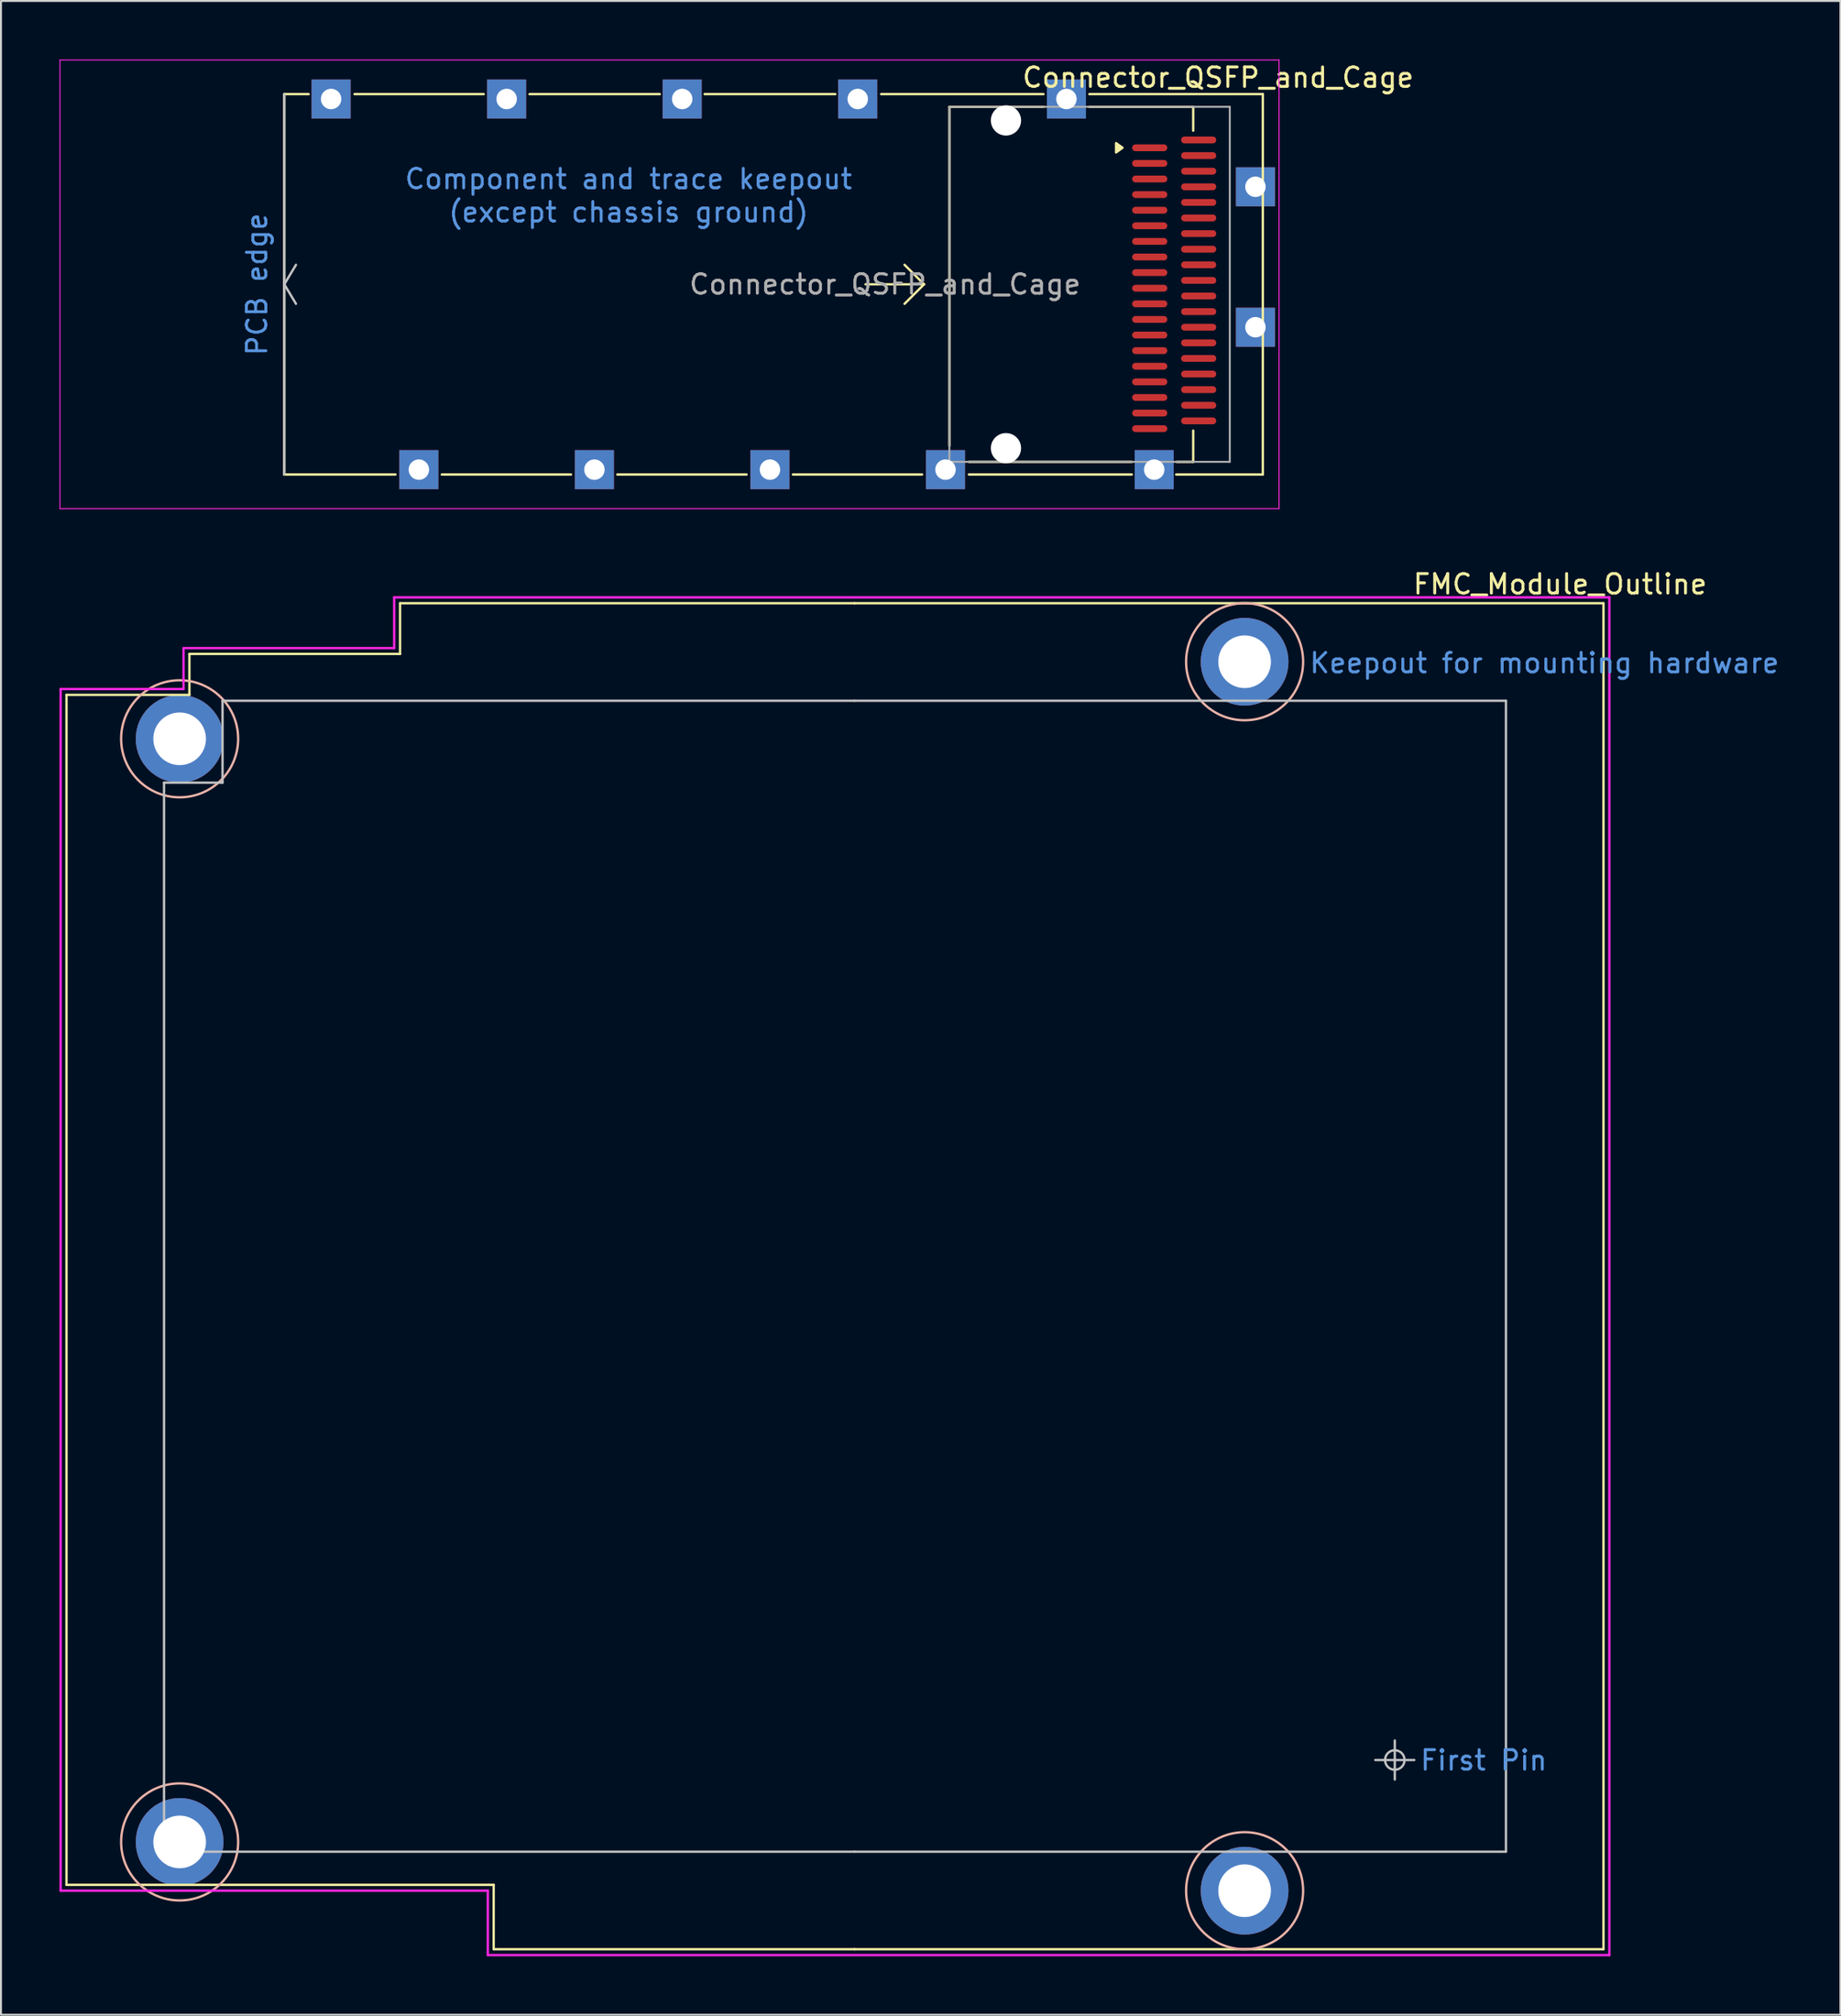
<source format=kicad_pcb>
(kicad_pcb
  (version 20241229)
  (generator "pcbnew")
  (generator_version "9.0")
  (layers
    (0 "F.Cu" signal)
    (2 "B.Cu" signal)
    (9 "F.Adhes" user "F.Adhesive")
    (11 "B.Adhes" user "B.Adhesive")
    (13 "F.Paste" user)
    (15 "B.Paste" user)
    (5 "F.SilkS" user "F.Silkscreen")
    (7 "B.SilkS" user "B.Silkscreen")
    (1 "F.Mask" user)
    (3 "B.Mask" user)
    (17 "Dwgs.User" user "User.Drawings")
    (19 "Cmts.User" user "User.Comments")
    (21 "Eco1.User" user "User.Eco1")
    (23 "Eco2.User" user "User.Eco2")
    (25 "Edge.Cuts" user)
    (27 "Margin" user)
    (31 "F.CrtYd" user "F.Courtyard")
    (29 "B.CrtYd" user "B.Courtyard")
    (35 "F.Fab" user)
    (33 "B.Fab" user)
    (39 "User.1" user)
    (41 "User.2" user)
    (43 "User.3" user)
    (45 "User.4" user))
  (footprint "Connector_QSFP_and_Cage"
    (layer "F.Cu")
    (at 48.525 11.525)
    (property "Reference" "Connector_QSFP_and_Cage" (at 10.875 -10.6 0) (unlocked yes) (layer "F.SilkS") (effects (font (size 1 1) (thickness 0.15))))
    (attr smd)
    (fp_rect (start -6.94 -9.5) (end -5.44 9.5) (stroke (width 0.01) (type solid)) (fill yes) (layer "F.Mask"))
    (fp_line (start -37 9.75) (end -37 -9.75) (stroke (width 0.12) (type solid)) (layer "F.SilkS"))
    (fp_line (start -35.75 -9.75) (end -37 -9.75) (stroke (width 0.12) (type solid)) (layer "F.SilkS"))
    (fp_line (start -31.3 9.75) (end -37 9.75) (stroke (width 0.12) (type solid)) (layer "F.SilkS"))
    (fp_line (start -28.925 9.75) (end -22.3 9.75) (stroke (width 0.12) (type solid)) (layer "F.SilkS"))
    (fp_line (start -26.775 -9.75) (end -33.4 -9.75) (stroke (width 0.12) (type solid)) (layer "F.SilkS"))
    (fp_line (start -19.925 9.75) (end -13.3 9.75) (stroke (width 0.12) (type solid)) (layer "F.SilkS"))
    (fp_line (start -17.75 -9.75) (end -24.425 -9.75) (stroke (width 0.12) (type solid)) (layer "F.SilkS"))
    (fp_line (start -10.925 9.75) (end -4.3 9.75) (stroke (width 0.12) (type solid)) (layer "F.SilkS"))
    (fp_line (start -8.75 -9.75) (end -15.45 -9.75) (stroke (width 0.12) (type solid)) (layer "F.SilkS"))
    (fp_line (start -4.2 0) (end -7.2 0) (stroke (width 0.12) (type solid)) (layer "F.SilkS"))
    (fp_line (start -4.2 0) (end -5.2 -1) (stroke (width 0.12) (type solid)) (layer "F.SilkS"))
    (fp_line (start -4.2 0) (end -5.2 1) (stroke (width 0.12) (type solid)) (layer "F.SilkS"))
    (fp_line (start -2.9 -9.1) (end -2.9 8.275) (stroke (width 0.12) (type solid)) (layer "F.SilkS"))
    (fp_line (start -1.9 9.75) (end 6.45 9.75) (stroke (width 0.12) (type solid)) (layer "F.SilkS"))
    (fp_line (start 1.925 -9.75) (end -6.4 -9.75) (stroke (width 0.12) (type solid)) (layer "F.SilkS"))
    (fp_line (start 1.925 -9.1) (end -2.9 -9.1) (stroke (width 0.12) (type solid)) (layer "F.SilkS"))
    (fp_line (start 6.45 9.1) (end -1.9 9.1) (stroke (width 0.12) (type solid)) (layer "F.SilkS"))
    (fp_line (start 8.725 9.75) (end 13.17 9.75) (stroke (width 0.12) (type solid)) (layer "F.SilkS"))
    (fp_line (start 9.6 -9.1) (end 4.275 -9.1) (stroke (width 0.12) (type solid)) (layer "F.SilkS"))
    (fp_line (start 9.6 -7.875) (end 9.6 -9.1) (stroke (width 0.12) (type solid)) (layer "F.SilkS"))
    (fp_line (start 9.6 7.5) (end 9.6 9.1) (stroke (width 0.12) (type solid)) (layer "F.SilkS"))
    (fp_line (start 9.6 9.1) (end 8.75 9.1) (stroke (width 0.12) (type solid)) (layer "F.SilkS"))
    (fp_line (start 13.17 -9.75) (end 4.275 -9.75) (stroke (width 0.12) (type solid)) (layer "F.SilkS"))
    (fp_line (start 13.17 9.75) (end 13.17 -9.75) (stroke (width 0.12) (type solid)) (layer "F.SilkS"))
    (fp_poly (pts (xy 5.975 -7) (xy 5.645 -6.76) (xy 5.645 -7.24) (xy 5.975 -7)) (stroke (width 0.12) (type solid)) (fill yes) (layer "F.SilkS"))
    (fp_line (start -37 -9.75) (end -37 9.75) (stroke (width 0.12) (type default)) (layer "Dwgs.User"))
    (fp_line (start -37 0) (end -36.4 -1) (stroke (width 0.12) (type solid)) (layer "Dwgs.User"))
    (fp_line (start -36.4 1) (end -37 0) (stroke (width 0.12) (type solid)) (layer "Dwgs.User"))
    (fp_line (start -48.5 -11.5) (end 14 -11.5) (stroke (width 0.05) (type solid)) (layer "F.CrtYd"))
    (fp_line (start -48.5 11.5) (end -48.5 -11.5) (stroke (width 0.05) (type solid)) (layer "F.CrtYd"))
    (fp_line (start -48.5 11.5) (end 14 11.5) (stroke (width 0.05) (type solid)) (layer "F.CrtYd"))
    (fp_line (start 14 11.5) (end 14 -11.5) (stroke (width 0.05) (type solid)) (layer "F.CrtYd"))
    (fp_line (start -2.9 -9.1) (end -2.9 9.1) (stroke (width 0.1) (type solid)) (layer "F.Fab"))
    (fp_line (start 11.475 -9.1) (end -2.9 -9.1) (stroke (width 0.1) (type solid)) (layer "F.Fab"))
    (fp_line (start 11.475 -9.1) (end 11.475 9.1) (stroke (width 0.1) (type solid)) (layer "F.Fab"))
    (fp_line (start 11.475 9.1) (end -2.9 9.1) (stroke (width 0.1) (type solid)) (layer "F.Fab"))
    (fp_text user "Component and trace keepout" (at -19.35 -5.4 0) (layer "Cmts.User") (effects (font (size 1 1) (thickness 0.15))))
    (fp_text user "PCB edge" (at -38.4 0 90) (layer "Cmts.User") (effects (font (size 1 1) (thickness 0.15))))
    (fp_text user "(except chassis ground)" (at -19.35 -3.7 0) (layer "Cmts.User") (effects (font (size 1 1) (thickness 0.15))))
    (fp_text user "${REFERENCE}" (at -6.2 0 0) (layer "F.Fab") (effects (font (size 1 1) (thickness 0.15))))
    (pad "" np_thru_hole circle (at 0 -8.4) (size 1.55 1.55) (drill 1.55) (layers "*.Cu" "*.Mask"))
    (pad "" np_thru_hole circle (at 0 8.4) (size 1.55 1.55) (drill 1.55) (layers "*.Cu" "*.Mask"))
    (pad "1" smd oval (at 7.37 -7) (size 1.8 0.35) (layers "F.Cu" "F.Mask" "F.Paste"))
    (pad "2" smd oval (at 7.37 -6.2) (size 1.8 0.35) (layers "F.Cu" "F.Mask" "F.Paste"))
    (pad "3" smd oval (at 7.37 -5.4) (size 1.8 0.35) (layers "F.Cu" "F.Mask" "F.Paste"))
    (pad "4" smd oval (at 7.37 -4.6) (size 1.8 0.35) (layers "F.Cu" "F.Mask" "F.Paste"))
    (pad "5" smd oval (at 7.37 -3.8) (size 1.8 0.35) (layers "F.Cu" "F.Mask" "F.Paste"))
    (pad "6" smd oval (at 7.37 -3) (size 1.8 0.35) (layers "F.Cu" "F.Mask" "F.Paste"))
    (pad "7" smd oval (at 7.37 -2.2) (size 1.8 0.35) (layers "F.Cu" "F.Mask" "F.Paste"))
    (pad "8" smd oval (at 7.37 -1.4) (size 1.8 0.35) (layers "F.Cu" "F.Mask" "F.Paste"))
    (pad "9" smd oval (at 7.37 -0.6) (size 1.8 0.35) (layers "F.Cu" "F.Mask" "F.Paste"))
    (pad "10" smd oval (at 7.37 0.2) (size 1.8 0.35) (layers "F.Cu" "F.Mask" "F.Paste"))
    (pad "11" smd oval (at 7.37 1) (size 1.8 0.35) (layers "F.Cu" "F.Mask" "F.Paste"))
    (pad "12" smd oval (at 7.37 1.8) (size 1.8 0.35) (layers "F.Cu" "F.Mask" "F.Paste"))
    (pad "13" smd oval (at 7.37 2.6) (size 1.8 0.35) (layers "F.Cu" "F.Mask" "F.Paste"))
    (pad "14" smd oval (at 7.37 3.4) (size 1.8 0.35) (layers "F.Cu" "F.Mask" "F.Paste"))
    (pad "15" smd oval (at 7.37 4.2) (size 1.8 0.35) (layers "F.Cu" "F.Mask" "F.Paste"))
    (pad "16" smd oval (at 7.37 5) (size 1.8 0.35) (layers "F.Cu" "F.Mask" "F.Paste"))
    (pad "17" smd oval (at 7.37 5.8) (size 1.8 0.35) (layers "F.Cu" "F.Mask" "F.Paste"))
    (pad "18" smd oval (at 7.37 6.6) (size 1.8 0.35) (layers "F.Cu" "F.Mask" "F.Paste"))
    (pad "19" smd oval (at 7.37 7.4) (size 1.8 0.35) (layers "F.Cu" "F.Mask" "F.Paste"))
    (pad "20" smd oval (at 9.88 7) (size 1.8 0.35) (layers "F.Cu" "F.Mask" "F.Paste"))
    (pad "21" smd oval (at 9.88 6.2) (size 1.8 0.35) (layers "F.Cu" "F.Mask" "F.Paste"))
    (pad "22" smd oval (at 9.88 5.4) (size 1.8 0.35) (layers "F.Cu" "F.Mask" "F.Paste"))
    (pad "23" smd oval (at 9.88 4.6) (size 1.8 0.35) (layers "F.Cu" "F.Mask" "F.Paste"))
    (pad "24" smd oval (at 9.88 3.8) (size 1.8 0.35) (layers "F.Cu" "F.Mask" "F.Paste"))
    (pad "25" smd oval (at 9.88 3) (size 1.8 0.35) (layers "F.Cu" "F.Mask" "F.Paste"))
    (pad "26" smd oval (at 9.88 2.2) (size 1.8 0.35) (layers "F.Cu" "F.Mask" "F.Paste"))
    (pad "27" smd oval (at 9.88 1.4) (size 1.8 0.35) (layers "F.Cu" "F.Mask" "F.Paste"))
    (pad "28" smd oval (at 9.88 0.6) (size 1.8 0.35) (layers "F.Cu" "F.Mask" "F.Paste"))
    (pad "29" smd oval (at 9.88 -0.2) (size 1.8 0.35) (layers "F.Cu" "F.Mask" "F.Paste"))
    (pad "30" smd oval (at 9.88 -1) (size 1.8 0.35) (layers "F.Cu" "F.Mask" "F.Paste"))
    (pad "31" smd oval (at 9.88 -1.8) (size 1.8 0.35) (layers "F.Cu" "F.Mask" "F.Paste"))
    (pad "32" smd oval (at 9.88 -2.6) (size 1.8 0.35) (layers "F.Cu" "F.Mask" "F.Paste"))
    (pad "33" smd oval (at 9.88 -3.4) (size 1.8 0.35) (layers "F.Cu" "F.Mask" "F.Paste"))
    (pad "34" smd oval (at 9.88 -4.2) (size 1.8 0.35) (layers "F.Cu" "F.Mask" "F.Paste"))
    (pad "35" smd oval (at 9.88 -5) (size 1.8 0.35) (layers "F.Cu" "F.Mask" "F.Paste"))
    (pad "36" smd oval (at 9.88 -5.8) (size 1.8 0.35) (layers "F.Cu" "F.Mask" "F.Paste"))
    (pad "37" smd oval (at 9.88 -6.6) (size 1.8 0.35) (layers "F.Cu" "F.Mask" "F.Paste"))
    (pad "38" smd oval (at 9.88 -7.4) (size 1.8 0.35) (layers "F.Cu" "F.Mask" "F.Paste"))
    (pad "CAGE" thru_hole rect (at -34.6 -9.5) (size 2 2) (drill 1.05) (layers "*.Cu" "*.Mask"))
    (pad "CAGE" thru_hole rect (at -30.1 9.5) (size 2 2) (drill 1.05) (layers "*.Cu" "*.Mask"))
    (pad "CAGE" thru_hole rect (at -25.6 -9.5) (size 2 2) (drill 1.05) (layers "*.Cu" "*.Mask"))
    (pad "CAGE" thru_hole rect (at -21.1 9.5) (size 2 2) (drill 1.05) (layers "*.Cu" "*.Mask"))
    (pad "CAGE" thru_hole rect (at -16.6 -9.5) (size 2 2) (drill 1.05) (layers "*.Cu" "*.Mask"))
    (pad "CAGE" thru_hole rect (at -12.1 9.5) (size 2 2) (drill 1.05) (layers "*.Cu" "*.Mask"))
    (pad "CAGE" thru_hole rect (at -7.6 -9.5) (size 2 2) (drill 1.05) (layers "*.Cu" "*.Mask"))
    (pad "CAGE" thru_hole rect (at -3.1 9.5) (size 2 2) (drill 1.05) (layers "*.Cu" "*.Mask"))
    (pad "CAGE" thru_hole rect (at 3.1 -9.5) (size 2 2) (drill 1.05) (layers "*.Cu" "*.Mask"))
    (pad "CAGE" thru_hole rect (at 7.6 9.5) (size 2 2) (drill 1.05) (layers "*.Cu" "*.Mask"))
    (pad "CAGE" thru_hole rect (at 12.79 -5) (size 2 2) (drill 1.05) (layers "*.Cu" "*.Mask"))
    (pad "CAGE" thru_hole rect (at 12.79 2.2) (size 2 2) (drill 1.05) (layers "*.Cu" "*.Mask"))
    (zone (net_name "") (layer "F.Cu") (hatch full 0.508) (connect_pads) (min_thickness 0.254) (filled_areas_thickness no) (keepout (tracks not_allowed) (vias allowed) (pads allowed) (copperpour allowed) (footprints not_allowed)) (placement (enabled no)) (fill) (polygon (pts (xy 62.025 2.025) (xy 46.45 2.025) (xy 46.45 4.025) (xy 45.45 4.025) (xy 45.45 19.025) (xy 46.45 19.025) (xy 46.45 21.025) (xy 61.025 21.025) (xy 62.025 21.025) (xy 62.025 22.6) (xy 11.525 22.6) (xy 11.525 0.45) (xy 62.025 0.45)))))
  (footprint "FMC_Module_Outline"
    (layer "F.Cu")
    (at 60.76 93.873)
    (property "Reference" "FMC_Module_Outline" (at 16.175 -66.975 0) (unlocked yes) (layer "F.SilkS") (effects (font (size 1 1) (thickness 0.15))))
    (attr through_hole exclude_from_pos_files exclude_from_bom)
    (fp_line (start -60.4 -61.3) (end -60.4 -0.3) (stroke (width 0.12) (type default)) (layer "F.SilkS"))
    (fp_line (start -60.4 -0.3) (end -38.5 -0.3) (stroke (width 0.12) (type default)) (layer "F.SilkS"))
    (fp_line (start -54.1 -63.4) (end -54.1 -61.3) (stroke (width 0.12) (type default)) (layer "F.SilkS"))
    (fp_line (start -54.1 -61.3) (end -60.4 -61.3) (stroke (width 0.12) (type default)) (layer "F.SilkS"))
    (fp_line (start -43.3 -66) (end -43.3 -63.4) (stroke (width 0.12) (type default)) (layer "F.SilkS"))
    (fp_line (start -43.3 -63.4) (end -54.1 -63.4) (stroke (width 0.12) (type default)) (layer "F.SilkS"))
    (fp_line (start -38.5 -0.3) (end -38.5 3) (stroke (width 0.12) (type default)) (layer "F.SilkS"))
    (fp_line (start -38.5 3) (end -20 3) (stroke (width 0.12) (type default)) (layer "F.SilkS"))
    (fp_line (start -20 -66) (end -43.3 -66) (stroke (width 0.12) (type default)) (layer "F.SilkS"))
    (fp_line (start -20 -66) (end 18.4 -66) (stroke (width 0.12) (type default)) (layer "F.SilkS"))
    (fp_line (start 18.4 -66) (end 18.4 3) (stroke (width 0.12) (type default)) (layer "F.SilkS"))
    (fp_line (start 18.4 3) (end -20 3) (stroke (width 0.12) (type default)) (layer "F.SilkS"))
    (fp_circle (center -54.6 -59.05) (end -51.6 -59.05) (stroke (width 0.12) (type default)) (fill no) (layer "B.SilkS"))
    (fp_circle (center -54.6 -2.5) (end -51.6 -2.5) (stroke (width 0.12) (type default)) (fill no) (layer "B.SilkS"))
    (fp_circle (center 0 -63) (end 3 -63) (stroke (width 0.12) (type default)) (fill no) (layer "B.SilkS"))
    (fp_circle (center 0 0) (end 3 0) (stroke (width 0.12) (type default)) (fill no) (layer "B.SilkS"))
    (fp_line (start -55.4 -56.8) (end -52.4 -56.8) (stroke (width 0.12) (type default)) (layer "Dwgs.User"))
    (fp_line (start -55.4 -2) (end -55.4 -56.8) (stroke (width 0.12) (type default)) (layer "Dwgs.User"))
    (fp_line (start -52.4 -61) (end -20 -61) (stroke (width 0.12) (type default)) (layer "Dwgs.User"))
    (fp_line (start -52.4 -56.8) (end -52.4 -61) (stroke (width 0.12) (type default)) (layer "Dwgs.User"))
    (fp_line (start -20 -61) (end 13.4 -61) (stroke (width 0.12) (type default)) (layer "Dwgs.User"))
    (fp_line (start -20 -2) (end -55.4 -2) (stroke (width 0.12) (type default)) (layer "Dwgs.User"))
    (fp_line (start -20 -2) (end 13.4 -2) (stroke (width 0.12) (type default)) (layer "Dwgs.User"))
    (fp_line (start 6.7 -6.7) (end 7.7 -6.7) (stroke (width 0.12) (type default)) (layer "Dwgs.User"))
    (fp_line (start 7.7 -7.7) (end 7.7 -6.7) (stroke (width 0.12) (type default)) (layer "Dwgs.User"))
    (fp_line (start 7.7 -5.7) (end 7.7 -6.7) (stroke (width 0.12) (type default)) (layer "Dwgs.User"))
    (fp_line (start 8.7 -6.7) (end 7.7 -6.7) (stroke (width 0.12) (type default)) (layer "Dwgs.User"))
    (fp_line (start 13.4 -2) (end 13.4 -61) (stroke (width 0.12) (type default)) (layer "Dwgs.User"))
    (fp_circle (center 7.7 -6.7) (end 8.2 -6.7) (stroke (width 0.12) (type default)) (fill no) (layer "Dwgs.User"))
    (fp_line (start -60.7 -61.6) (end -54.4 -61.6) (stroke (width 0.12) (type default)) (layer "F.CrtYd"))
    (fp_line (start -60.7 0) (end -60.7 -61.6) (stroke (width 0.12) (type default)) (layer "F.CrtYd"))
    (fp_line (start -54.4 -63.7) (end -43.6 -63.7) (stroke (width 0.12) (type default)) (layer "F.CrtYd"))
    (fp_line (start -54.4 -61.6) (end -54.4 -63.7) (stroke (width 0.12) (type default)) (layer "F.CrtYd"))
    (fp_line (start -43.6 -66.3) (end 18.7 -66.3) (stroke (width 0.12) (type default)) (layer "F.CrtYd"))
    (fp_line (start -43.6 -63.7) (end -43.6 -66.3) (stroke (width 0.12) (type default)) (layer "F.CrtYd"))
    (fp_line (start -38.8 0) (end -60.7 0) (stroke (width 0.12) (type default)) (layer "F.CrtYd"))
    (fp_line (start -38.8 3.3) (end -38.8 0) (stroke (width 0.12) (type default)) (layer "F.CrtYd"))
    (fp_line (start 18.7 -66.3) (end 18.7 3.3) (stroke (width 0.12) (type default)) (layer "F.CrtYd"))
    (fp_line (start 18.7 3.3) (end -38.8 3.3) (stroke (width 0.12) (type default)) (layer "F.CrtYd"))
    (fp_text user "Keepout for mounting hardware" (at 3.25 -62.35 0) (unlocked yes) (layer "Cmts.User") (effects (font (size 1 1) (thickness 0.15)) (justify left bottom)))
    (fp_text user "First Pin" (at 8.925 -6.1 0) (unlocked yes) (layer "Cmts.User") (effects (font (size 1 1) (thickness 0.15)) (justify left bottom)))
    (pad "MH" thru_hole circle (at -54.6 -59.05) (size 4.5 4.5) (drill 2.7) (layers "*.Cu" "*.Mask"))
    (pad "MH" thru_hole circle (at -54.6 -2.5) (size 4.5 4.5) (drill 2.7) (layers "*.Cu" "*.Mask"))
    (pad "MH" thru_hole circle (at 0 -63) (size 4.5 4.5) (drill 2.7) (layers "*.Cu" "*.Mask"))
    (pad "MH" thru_hole circle (at 0 0) (size 4.5 4.5) (drill 2.7) (layers "*.Cu" "*.Mask")))
  (gr_rect
    (start -3 -3)
    (end 91.308 100.233)
    (stroke (width 0.1) (type default))
    (fill no)
    (layer "Edge.Cuts")))
</source>
